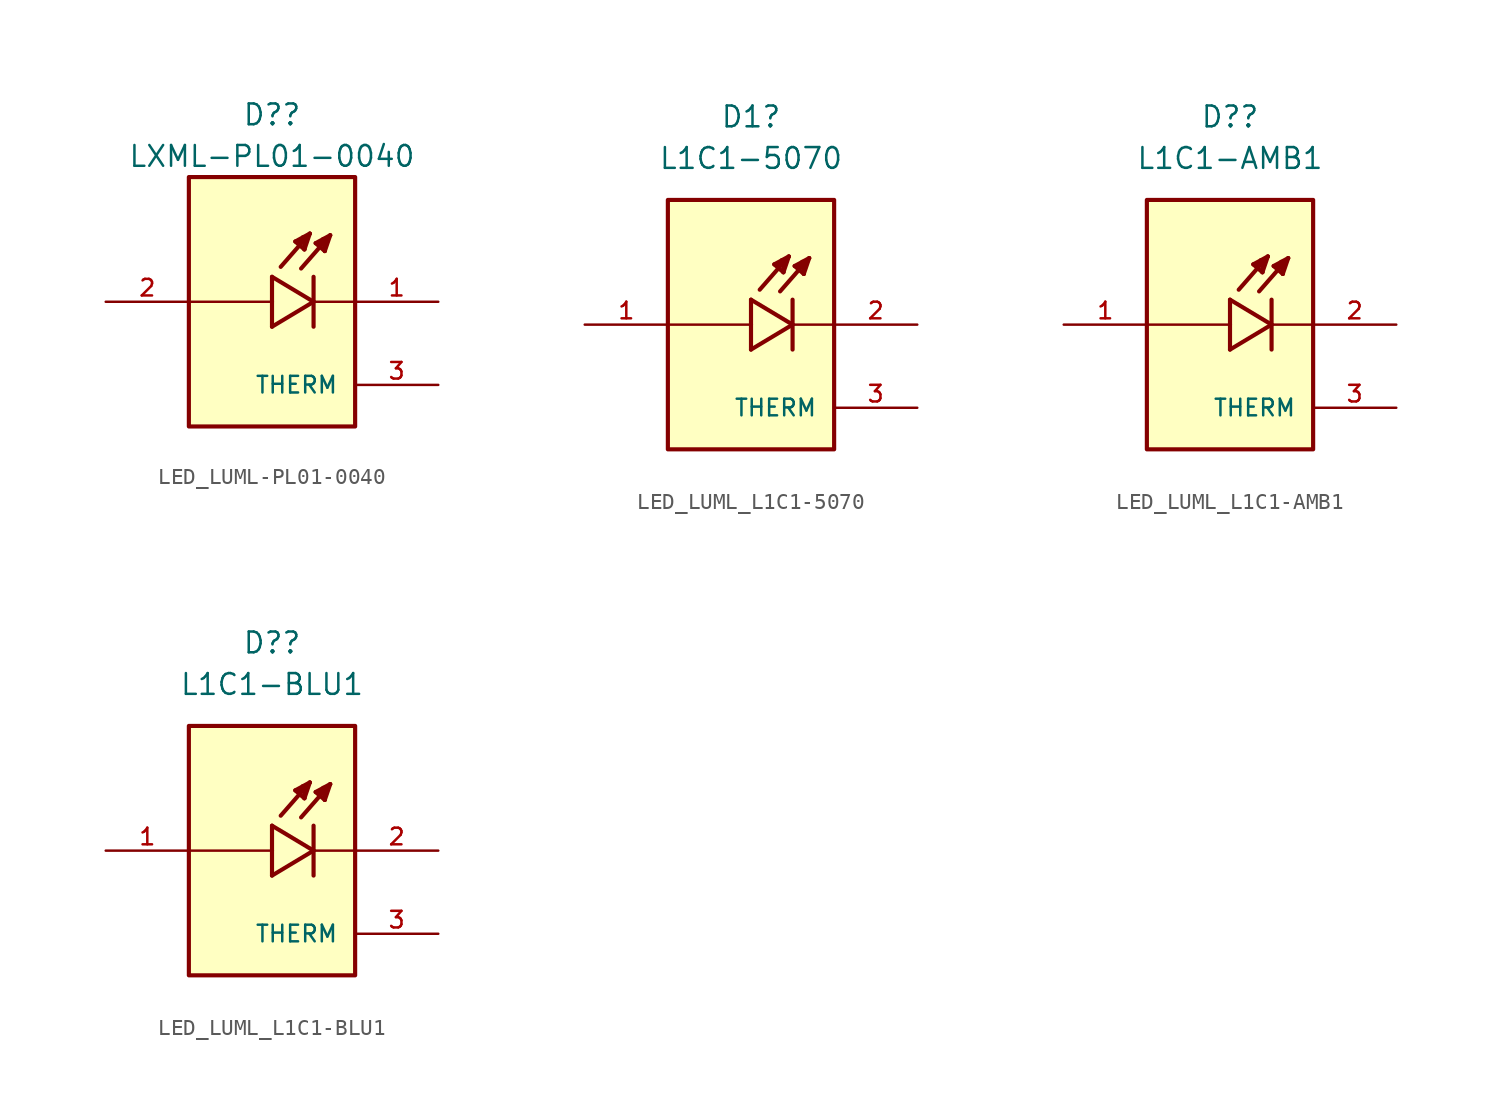
<source format=kicad_sym>
(kicad_symbol_lib
  (version 20231120)
  (generator "kicad_symbol_editor")
  (generator_version "8.0")
  (symbol "LED_LUML-PL01-0040"
    (pin_names
      (offset 1.016))
    (property "Reference" "D?"
      (at 0 11.43 0)
      (effects (font (size 1.27 1.27))))
    (property "Value" "LXML-PL01-0040"
      (at 0 8.89 0)
      (effects (font (size 1.27 1.27))))
    (symbol "LED_LUML-PL01-0040_0_0"
      (rectangle (start -5.08 -7.62) (end 5.08 7.62) (stroke (width 0.254) (type default)) (fill (type background)))
      (polyline (pts (xy 0 -1.524) (xy 2.54 0)) (stroke (width 0.254) (type default)) (fill (type none)))
      (polyline (pts (xy 0 0) (xy -5.08 0)) (stroke (width 0.152) (type default)) (fill (type none)))
      (polyline (pts (xy 0 0) (xy 0 -1.524)) (stroke (width 0.254) (type default)) (fill (type none)))
      (polyline (pts (xy 0 1.524) (xy 0 0)) (stroke (width 0.254) (type default)) (fill (type none)))
      (polyline (pts (xy 1.422 3.683) (xy 2.311 4.166)) (stroke (width 0.254) (type default)) (fill (type none)))
      (polyline (pts (xy 1.6 3.607) (xy 1.829 3.759)) (stroke (width 0.254) (type default)) (fill (type none)))
      (polyline (pts (xy 1.981 3.2) (xy 1.422 3.683)) (stroke (width 0.254) (type default)) (fill (type none)))
      (polyline (pts (xy 1.981 3.2) (xy 2.007 3.937)) (stroke (width 0.254) (type default)) (fill (type none)))
      (polyline (pts (xy 2.007 3.937) (xy 1.88 3.937)) (stroke (width 0.254) (type default)) (fill (type none)))
      (polyline (pts (xy 2.311 4.166) (xy 0.533 2.134)) (stroke (width 0.254) (type default)) (fill (type none)))
      (polyline (pts (xy 2.311 4.166) (xy 1.981 3.2)) (stroke (width 0.254) (type default)) (fill (type none)))
      (polyline (pts (xy 2.54 0) (xy 0 1.524)) (stroke (width 0.254) (type default)) (fill (type none)))
      (polyline (pts (xy 2.54 0) (xy 2.54 -1.524)) (stroke (width 0.254) (type default)) (fill (type none)))
      (polyline (pts (xy 2.54 1.524) (xy 2.54 0)) (stroke (width 0.254) (type default)) (fill (type none)))
      (polyline (pts (xy 2.667 3.581) (xy 3.556 4.064)) (stroke (width 0.254) (type default)) (fill (type none)))
      (polyline (pts (xy 2.845 3.505) (xy 3.073 3.658)) (stroke (width 0.254) (type default)) (fill (type none)))
      (polyline (pts (xy 3.226 3.099) (xy 2.667 3.581)) (stroke (width 0.254) (type default)) (fill (type none)))
      (polyline (pts (xy 3.226 3.099) (xy 3.251 3.835)) (stroke (width 0.254) (type default)) (fill (type none)))
      (polyline (pts (xy 3.251 3.835) (xy 3.124 3.835)) (stroke (width 0.254) (type default)) (fill (type none)))
      (polyline (pts (xy 3.556 4.064) (xy 1.778 2.032)) (stroke (width 0.254) (type default)) (fill (type none)))
      (polyline (pts (xy 3.556 4.064) (xy 3.226 3.099)) (stroke (width 0.254) (type default)) (fill (type none)))
      (polyline (pts (xy 5.08 0) (xy 2.54 0)) (stroke (width 0.152) (type default)) (fill (type none)))
      (pin passive line (at 10.16 0 180) (length 5.08) (name "~" (effects (font (size 1.016 1.016)))) (number "1" (effects (font (size 1.016 1.016)))))
      (pin passive line (at -10.16 0 0) (length 5.08) (name "~" (effects (font (size 1.016 1.016)))) (number "2" (effects (font (size 1.016 1.016)))))
      (pin passive line (at 10.16 -5.08 180) (length 5.08) (name "THERM" (effects (font (size 1.016 1.016)))) (number "3" (effects (font (size 1.016 1.016)))))))
  (symbol "LED_LUML_L1C1-5070"
    (pin_names
      (offset 1.016))
    (property "Reference" "D1"
      (at 0 12.7 0)
      (effects (font (size 1.27 1.27))))
    (property "Value" "L1C1-5070"
      (at 0 10.16 0)
      (effects (font (size 1.27 1.27))))
    (symbol "LED_LUML_L1C1-5070_0_0"
      (rectangle (start -5.08 -7.62) (end 5.08 7.62) (stroke (width 0.254) (type default)) (fill (type background)))
      (polyline (pts (xy 0 -1.524) (xy 2.54 0)) (stroke (width 0.254) (type default)) (fill (type none)))
      (polyline (pts (xy 0 0) (xy -5.08 0)) (stroke (width 0.152) (type default)) (fill (type none)))
      (polyline (pts (xy 0 0) (xy 0 -1.524)) (stroke (width 0.254) (type default)) (fill (type none)))
      (polyline (pts (xy 0 1.524) (xy 0 0)) (stroke (width 0.254) (type default)) (fill (type none)))
      (polyline (pts (xy 1.422 3.683) (xy 2.311 4.166)) (stroke (width 0.254) (type default)) (fill (type none)))
      (polyline (pts (xy 1.6 3.607) (xy 1.829 3.759)) (stroke (width 0.254) (type default)) (fill (type none)))
      (polyline (pts (xy 1.981 3.2) (xy 1.422 3.683)) (stroke (width 0.254) (type default)) (fill (type none)))
      (polyline (pts (xy 1.981 3.2) (xy 2.007 3.937)) (stroke (width 0.254) (type default)) (fill (type none)))
      (polyline (pts (xy 2.007 3.937) (xy 1.88 3.937)) (stroke (width 0.254) (type default)) (fill (type none)))
      (polyline (pts (xy 2.311 4.166) (xy 0.533 2.134)) (stroke (width 0.254) (type default)) (fill (type none)))
      (polyline (pts (xy 2.311 4.166) (xy 1.981 3.2)) (stroke (width 0.254) (type default)) (fill (type none)))
      (polyline (pts (xy 2.54 0) (xy 0 1.524)) (stroke (width 0.254) (type default)) (fill (type none)))
      (polyline (pts (xy 2.54 0) (xy 2.54 -1.524)) (stroke (width 0.254) (type default)) (fill (type none)))
      (polyline (pts (xy 2.54 1.524) (xy 2.54 0)) (stroke (width 0.254) (type default)) (fill (type none)))
      (polyline (pts (xy 2.667 3.581) (xy 3.556 4.064)) (stroke (width 0.254) (type default)) (fill (type none)))
      (polyline (pts (xy 2.845 3.505) (xy 3.073 3.658)) (stroke (width 0.254) (type default)) (fill (type none)))
      (polyline (pts (xy 3.226 3.099) (xy 2.667 3.581)) (stroke (width 0.254) (type default)) (fill (type none)))
      (polyline (pts (xy 3.226 3.099) (xy 3.251 3.835)) (stroke (width 0.254) (type default)) (fill (type none)))
      (polyline (pts (xy 3.251 3.835) (xy 3.124 3.835)) (stroke (width 0.254) (type default)) (fill (type none)))
      (polyline (pts (xy 3.556 4.064) (xy 1.778 2.032)) (stroke (width 0.254) (type default)) (fill (type none)))
      (polyline (pts (xy 3.556 4.064) (xy 3.226 3.099)) (stroke (width 0.254) (type default)) (fill (type none)))
      (polyline (pts (xy 5.08 0) (xy 2.54 0)) (stroke (width 0.152) (type default)) (fill (type none)))
      (pin passive line (at 10.16 -5.08 180) (length 5.08) (name "THERM" (effects (font (size 1.016 1.016)))) (number "3" (effects (font (size 1.016 1.016))))))
    (symbol "LED_LUML_L1C1-5070_1_0"
      (pin passive line (at -10.16 0 0) (length 5.08) (name "~" (effects (font (size 1.016 1.016)))) (number "1" (effects (font (size 1.016 1.016)))))
      (pin passive line (at 10.16 0 180) (length 5.08) (name "~" (effects (font (size 1.016 1.016)))) (number "2" (effects (font (size 1.016 1.016)))))))
  (symbol "LED_LUML_L1C1-AMB1"
    (pin_names
      (offset 1.016))
    (property "Reference" "D?"
      (at 0 12.7 0)
      (effects (font (size 1.27 1.27))))
    (property "Value" "L1C1-AMB1"
      (at 0 10.16 0)
      (effects (font (size 1.27 1.27))))
    (symbol "LED_LUML_L1C1-AMB1_0_0"
      (rectangle (start -5.08 -7.62) (end 5.08 7.62) (stroke (width 0.254) (type default)) (fill (type background)))
      (polyline (pts (xy 0 -1.524) (xy 2.54 0)) (stroke (width 0.254) (type default)) (fill (type none)))
      (polyline (pts (xy 0 0) (xy -5.08 0)) (stroke (width 0.152) (type default)) (fill (type none)))
      (polyline (pts (xy 0 0) (xy 0 -1.524)) (stroke (width 0.254) (type default)) (fill (type none)))
      (polyline (pts (xy 0 1.524) (xy 0 0)) (stroke (width 0.254) (type default)) (fill (type none)))
      (polyline (pts (xy 1.422 3.683) (xy 2.311 4.166)) (stroke (width 0.254) (type default)) (fill (type none)))
      (polyline (pts (xy 1.6 3.607) (xy 1.829 3.759)) (stroke (width 0.254) (type default)) (fill (type none)))
      (polyline (pts (xy 1.981 3.2) (xy 1.422 3.683)) (stroke (width 0.254) (type default)) (fill (type none)))
      (polyline (pts (xy 1.981 3.2) (xy 2.007 3.937)) (stroke (width 0.254) (type default)) (fill (type none)))
      (polyline (pts (xy 2.007 3.937) (xy 1.88 3.937)) (stroke (width 0.254) (type default)) (fill (type none)))
      (polyline (pts (xy 2.311 4.166) (xy 0.533 2.134)) (stroke (width 0.254) (type default)) (fill (type none)))
      (polyline (pts (xy 2.311 4.166) (xy 1.981 3.2)) (stroke (width 0.254) (type default)) (fill (type none)))
      (polyline (pts (xy 2.54 0) (xy 0 1.524)) (stroke (width 0.254) (type default)) (fill (type none)))
      (polyline (pts (xy 2.54 0) (xy 2.54 -1.524)) (stroke (width 0.254) (type default)) (fill (type none)))
      (polyline (pts (xy 2.54 1.524) (xy 2.54 0)) (stroke (width 0.254) (type default)) (fill (type none)))
      (polyline (pts (xy 2.667 3.581) (xy 3.556 4.064)) (stroke (width 0.254) (type default)) (fill (type none)))
      (polyline (pts (xy 2.845 3.505) (xy 3.073 3.658)) (stroke (width 0.254) (type default)) (fill (type none)))
      (polyline (pts (xy 3.226 3.099) (xy 2.667 3.581)) (stroke (width 0.254) (type default)) (fill (type none)))
      (polyline (pts (xy 3.226 3.099) (xy 3.251 3.835)) (stroke (width 0.254) (type default)) (fill (type none)))
      (polyline (pts (xy 3.251 3.835) (xy 3.124 3.835)) (stroke (width 0.254) (type default)) (fill (type none)))
      (polyline (pts (xy 3.556 4.064) (xy 1.778 2.032)) (stroke (width 0.254) (type default)) (fill (type none)))
      (polyline (pts (xy 3.556 4.064) (xy 3.226 3.099)) (stroke (width 0.254) (type default)) (fill (type none)))
      (polyline (pts (xy 5.08 0) (xy 2.54 0)) (stroke (width 0.152) (type default)) (fill (type none)))
      (pin passive line (at 10.16 -5.08 180) (length 5.08) (name "THERM" (effects (font (size 1.016 1.016)))) (number "3" (effects (font (size 1.016 1.016))))))
    (symbol "LED_LUML_L1C1-AMB1_1_0"
      (pin passive line (at -10.16 0 0) (length 5.08) (name "~" (effects (font (size 1.016 1.016)))) (number "1" (effects (font (size 1.016 1.016)))))
      (pin passive line (at 10.16 0 180) (length 5.08) (name "~" (effects (font (size 1.016 1.016)))) (number "2" (effects (font (size 1.016 1.016)))))))
  (symbol "LED_LUML_L1C1-BLU1"
    (pin_names
      (offset 1.016))
    (property "Reference" "D?"
      (at 0 12.7 0)
      (effects (font (size 1.27 1.27))))
    (property "Value" "L1C1-BLU1"
      (at 0 10.16 0)
      (effects (font (size 1.27 1.27))))
    (symbol "LED_LUML_L1C1-BLU1_0_0"
      (rectangle (start -5.08 -7.62) (end 5.08 7.62) (stroke (width 0.254) (type default)) (fill (type background)))
      (polyline (pts (xy 0 -1.524) (xy 2.54 0)) (stroke (width 0.254) (type default)) (fill (type none)))
      (polyline (pts (xy 0 0) (xy -5.08 0)) (stroke (width 0.152) (type default)) (fill (type none)))
      (polyline (pts (xy 0 0) (xy 0 -1.524)) (stroke (width 0.254) (type default)) (fill (type none)))
      (polyline (pts (xy 0 1.524) (xy 0 0)) (stroke (width 0.254) (type default)) (fill (type none)))
      (polyline (pts (xy 1.422 3.683) (xy 2.311 4.166)) (stroke (width 0.254) (type default)) (fill (type none)))
      (polyline (pts (xy 1.6 3.607) (xy 1.829 3.759)) (stroke (width 0.254) (type default)) (fill (type none)))
      (polyline (pts (xy 1.981 3.2) (xy 1.422 3.683)) (stroke (width 0.254) (type default)) (fill (type none)))
      (polyline (pts (xy 1.981 3.2) (xy 2.007 3.937)) (stroke (width 0.254) (type default)) (fill (type none)))
      (polyline (pts (xy 2.007 3.937) (xy 1.88 3.937)) (stroke (width 0.254) (type default)) (fill (type none)))
      (polyline (pts (xy 2.311 4.166) (xy 0.533 2.134)) (stroke (width 0.254) (type default)) (fill (type none)))
      (polyline (pts (xy 2.311 4.166) (xy 1.981 3.2)) (stroke (width 0.254) (type default)) (fill (type none)))
      (polyline (pts (xy 2.54 0) (xy 0 1.524)) (stroke (width 0.254) (type default)) (fill (type none)))
      (polyline (pts (xy 2.54 0) (xy 2.54 -1.524)) (stroke (width 0.254) (type default)) (fill (type none)))
      (polyline (pts (xy 2.54 1.524) (xy 2.54 0)) (stroke (width 0.254) (type default)) (fill (type none)))
      (polyline (pts (xy 2.667 3.581) (xy 3.556 4.064)) (stroke (width 0.254) (type default)) (fill (type none)))
      (polyline (pts (xy 2.845 3.505) (xy 3.073 3.658)) (stroke (width 0.254) (type default)) (fill (type none)))
      (polyline (pts (xy 3.226 3.099) (xy 2.667 3.581)) (stroke (width 0.254) (type default)) (fill (type none)))
      (polyline (pts (xy 3.226 3.099) (xy 3.251 3.835)) (stroke (width 0.254) (type default)) (fill (type none)))
      (polyline (pts (xy 3.251 3.835) (xy 3.124 3.835)) (stroke (width 0.254) (type default)) (fill (type none)))
      (polyline (pts (xy 3.556 4.064) (xy 1.778 2.032)) (stroke (width 0.254) (type default)) (fill (type none)))
      (polyline (pts (xy 3.556 4.064) (xy 3.226 3.099)) (stroke (width 0.254) (type default)) (fill (type none)))
      (polyline (pts (xy 5.08 0) (xy 2.54 0)) (stroke (width 0.152) (type default)) (fill (type none)))
      (pin passive line (at 10.16 -5.08 180) (length 5.08) (name "THERM" (effects (font (size 1.016 1.016)))) (number "3" (effects (font (size 1.016 1.016))))))
    (symbol "LED_LUML_L1C1-BLU1_1_0"
      (pin passive line (at -10.16 0 0) (length 5.08) (name "~" (effects (font (size 1.016 1.016)))) (number "1" (effects (font (size 1.016 1.016)))))
      (pin passive line (at 10.16 0 180) (length 5.08) (name "~" (effects (font (size 1.016 1.016)))) (number "2" (effects (font (size 1.016 1.016))))))))
</source>
